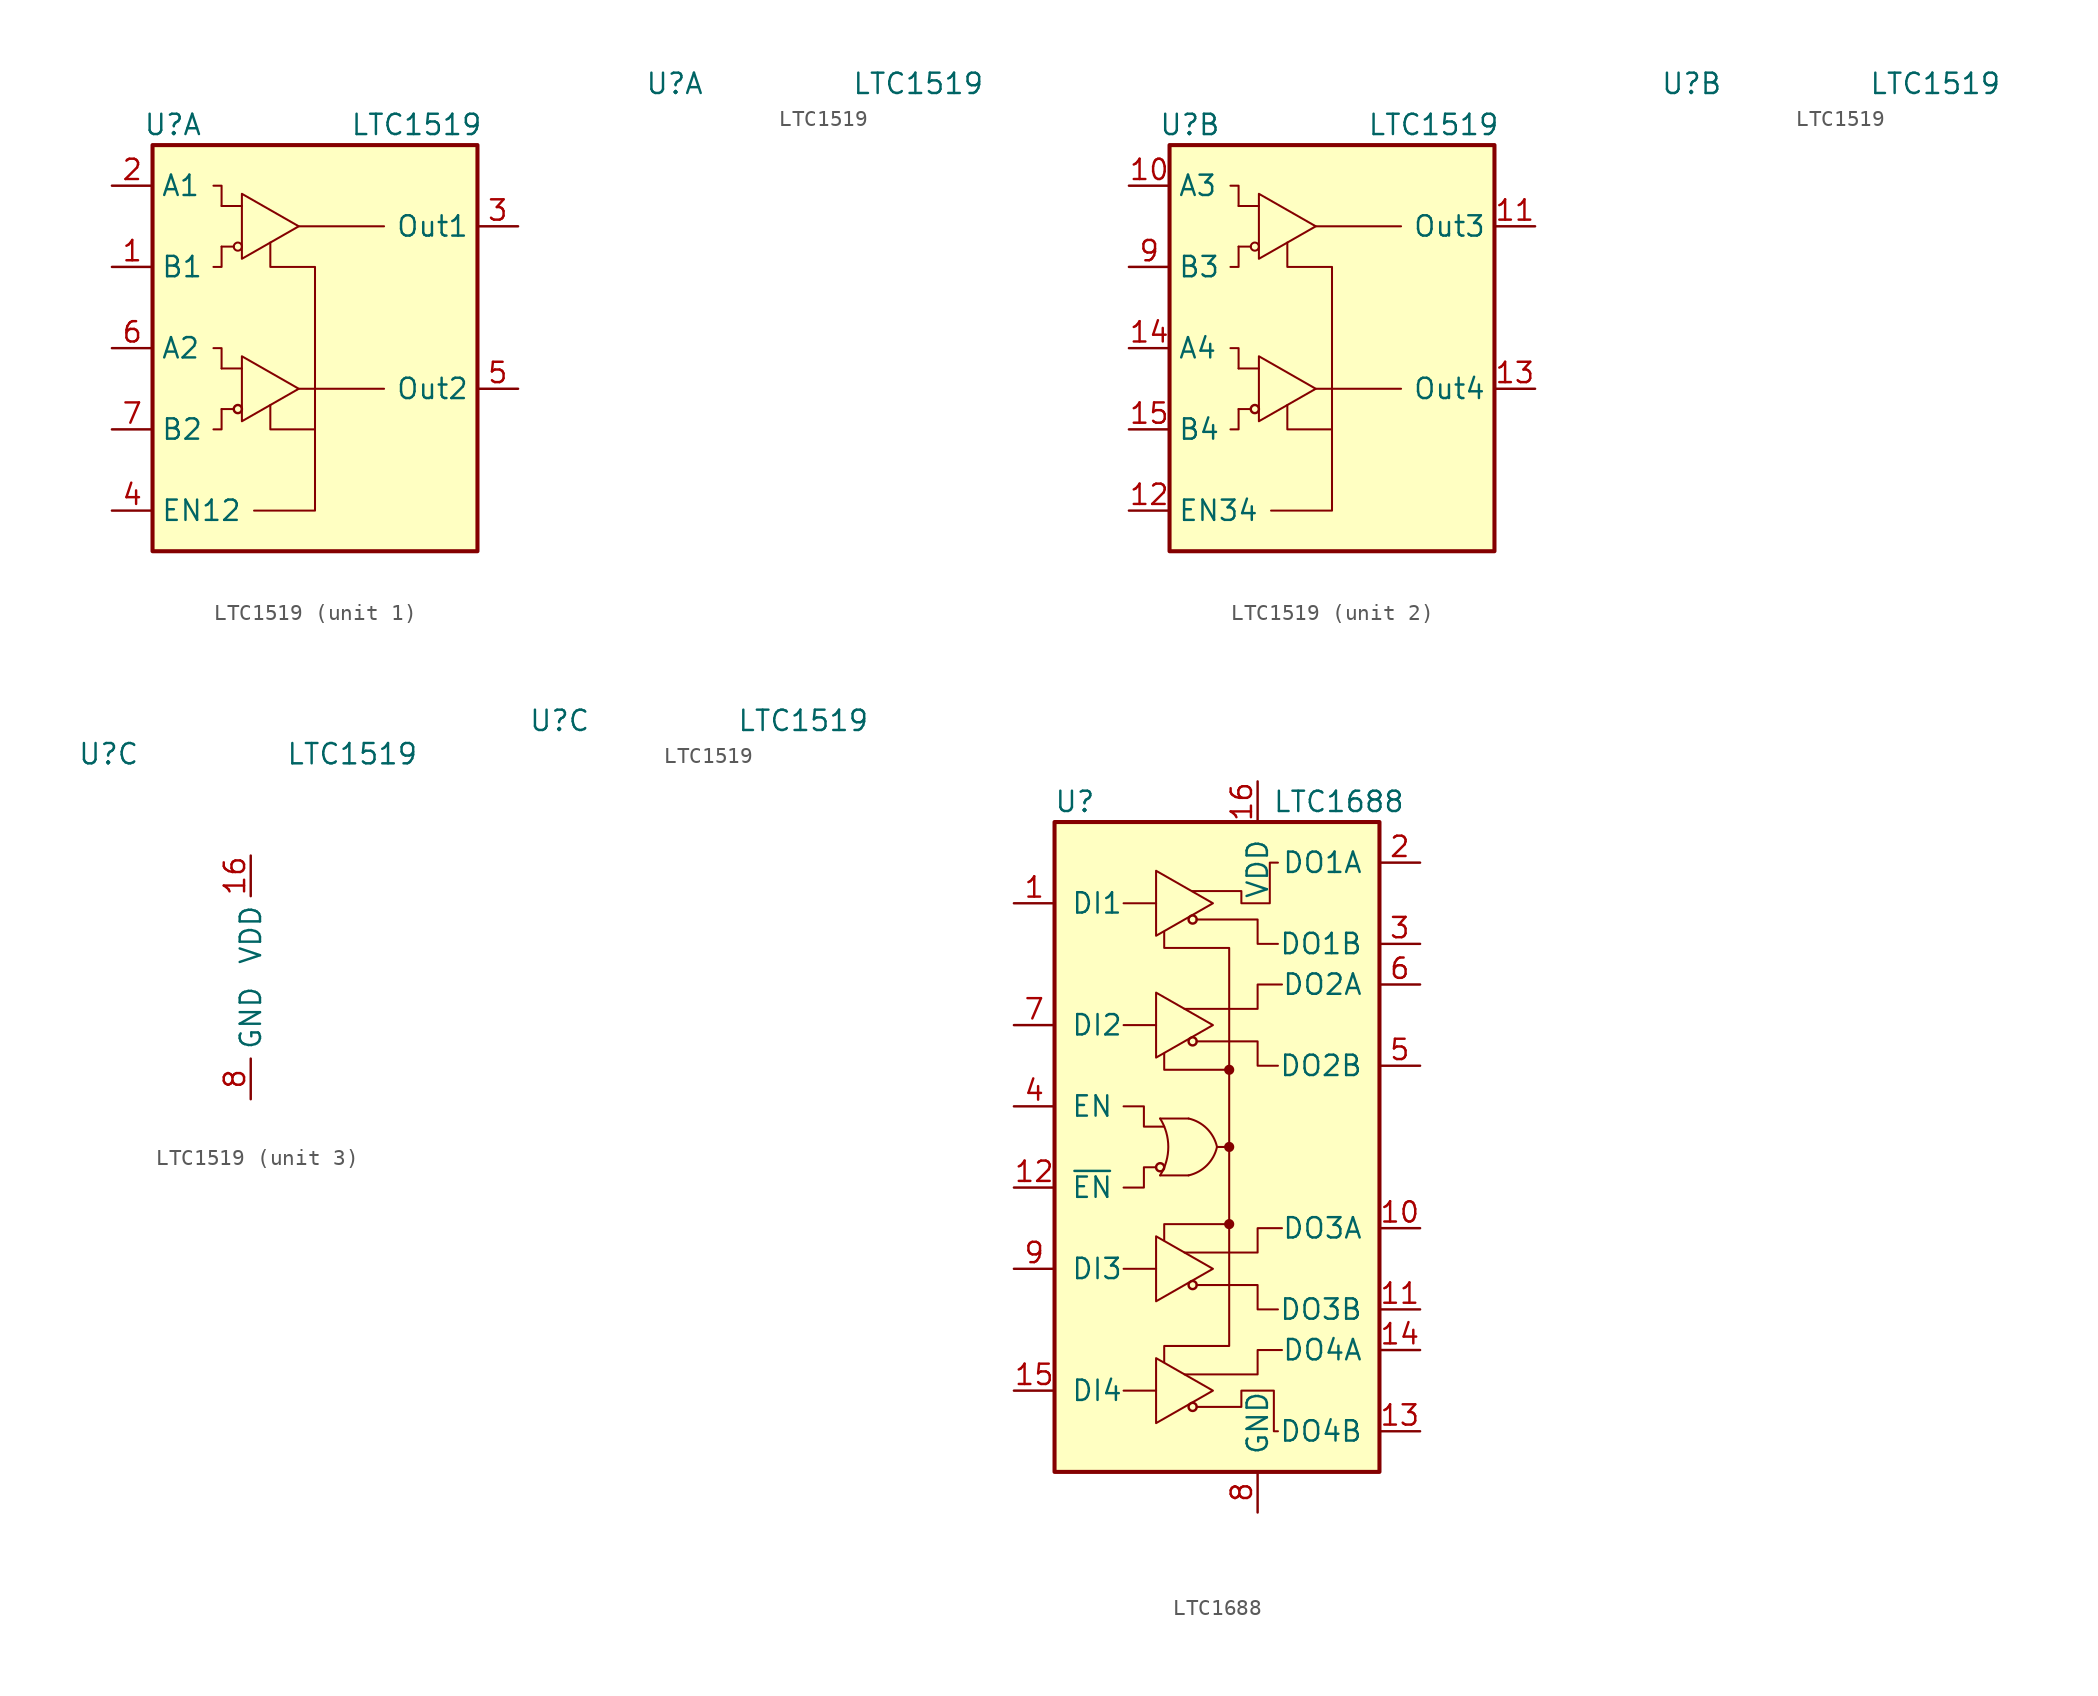
<source format=kicad_sym>
(kicad_symbol_lib
  (version 20200908)
  (generator kicad_symbol_editor)
  (symbol "Interface:LTC1519"
    (property "Reference" "U"
      (at -8.89 13.97 0)
      (effects (font (size 1.27 1.27))))
    (property "Value" "LTC1519"
      (at 6.35 13.97 0)
      (effects (font (size 1.27 1.27))))
    (property "ki_locked" ""
      (at 0 0 0)
      (effects (font (size 1.27 1.27))))
    (symbol "LTC1519_1_1"
      (circle (center -4.826 -3.81) (radius 0.254) (stroke (width 0)) (fill (type none)))
      (circle (center -4.826 6.35) (radius 0.254) (stroke (width 0.127)) (fill (type none)))
      (rectangle (start -10.16 12.7) (end 10.16 -12.7) (stroke (width 0.254)) (fill (type background)))
      (polyline (pts (xy -5.842 -3.81) (xy -5.08 -3.81)) (stroke (width 0.127)) (fill (type none)))
      (polyline (pts (xy -5.842 -1.27) (xy -4.572 -1.27)) (stroke (width 0.127)) (fill (type none)))
      (polyline (pts (xy -5.842 6.35) (xy -5.08 6.35)) (stroke (width 0.127)) (fill (type none)))
      (polyline (pts (xy -5.842 8.89) (xy -4.572 8.89)) (stroke (width 0.127)) (fill (type none)))
      (polyline (pts (xy -1.016 -2.54) (xy 4.318 -2.54)) (stroke (width 0.127)) (fill (type none)))
      (polyline (pts (xy -1.016 7.62) (xy 4.318 7.62)) (stroke (width 0.127)) (fill (type none)))
      (polyline (pts (xy -5.842 -3.81) (xy -5.842 -5.08) (xy -6.35 -5.08)) (stroke (width 0.127)) (fill (type none)))
      (polyline (pts (xy -5.842 -1.27) (xy -5.842 0) (xy -6.35 0)) (stroke (width 0.127)) (fill (type none)))
      (polyline (pts (xy -5.842 8.89) (xy -5.842 10.16) (xy -6.35 10.16)) (stroke (width 0.127)) (fill (type none)))
      (polyline (pts (xy -3.81 -10.16) (xy 0 -10.16) (xy 0 -2.54)) (stroke (width 0.127)) (fill (type none)))
      (polyline (pts (xy 0 -5.08) (xy -2.794 -5.08) (xy -2.794 -3.556)) (stroke (width 0.127)) (fill (type none)))
      (polyline (pts (xy -5.842 6.35) (xy -5.842 5.08) (xy -6.096 5.08) (xy -6.35 5.08)) (stroke (width 0.127)) (fill (type none)))
      (polyline (pts (xy -4.572 -0.508) (xy -4.572 -4.572) (xy -1.016 -2.54) (xy -4.572 -0.508)) (stroke (width 0.127)) (fill (type none)))
      (polyline (pts (xy -4.572 9.652) (xy -4.572 5.588) (xy -1.016 7.62) (xy -4.572 9.652)) (stroke (width 0.127)) (fill (type none)))
      (polyline (pts (xy 0 -2.54) (xy 0 5.08) (xy -2.794 5.08) (xy -2.794 6.604)) (stroke (width 0.127)) (fill (type none)))
      (pin input line (at -12.7 5.08 0) (length 2.54) (name "B1" (effects (font (size 1.27 1.27)))) (number "1" (effects (font (size 1.27 1.27)))))
      (pin input line (at -12.7 10.16 0) (length 2.54) (name "A1" (effects (font (size 1.27 1.27)))) (number "2" (effects (font (size 1.27 1.27)))))
      (pin tri_state line (at 12.7 7.62 180) (length 2.54) (name "Out1" (effects (font (size 1.27 1.27)))) (number "3" (effects (font (size 1.27 1.27)))))
      (pin input line (at -12.7 -10.16 0) (length 2.54) (name "EN12" (effects (font (size 1.27 1.27)))) (number "4" (effects (font (size 1.27 1.27)))))
      (pin tri_state line (at 12.7 -2.54 180) (length 2.54) (name "Out2" (effects (font (size 1.27 1.27)))) (number "5" (effects (font (size 1.27 1.27)))))
      (pin input line (at -12.7 0 0) (length 2.54) (name "A2" (effects (font (size 1.27 1.27)))) (number "6" (effects (font (size 1.27 1.27)))))
      (pin input line (at -12.7 -5.08 0) (length 2.54) (name "B2" (effects (font (size 1.27 1.27)))) (number "7" (effects (font (size 1.27 1.27))))))
    (symbol "LTC1519_2_1"
      (circle (center -4.826 -3.81) (radius 0.254) (stroke (width 0)) (fill (type none)))
      (circle (center -4.826 6.35) (radius 0.254) (stroke (width 0.127)) (fill (type none)))
      (rectangle (start -10.16 12.7) (end 10.16 -12.7) (stroke (width 0.254)) (fill (type background)))
      (polyline (pts (xy -5.842 -3.81) (xy -5.08 -3.81)) (stroke (width 0.127)) (fill (type none)))
      (polyline (pts (xy -5.842 -1.27) (xy -4.572 -1.27)) (stroke (width 0.127)) (fill (type none)))
      (polyline (pts (xy -5.842 6.35) (xy -5.08 6.35)) (stroke (width 0.127)) (fill (type none)))
      (polyline (pts (xy -5.842 8.89) (xy -4.572 8.89)) (stroke (width 0.127)) (fill (type none)))
      (polyline (pts (xy -1.016 -2.54) (xy 4.318 -2.54)) (stroke (width 0.127)) (fill (type none)))
      (polyline (pts (xy -1.016 7.62) (xy 4.318 7.62)) (stroke (width 0.127)) (fill (type none)))
      (polyline (pts (xy -5.842 -3.81) (xy -5.842 -5.08) (xy -6.35 -5.08)) (stroke (width 0.127)) (fill (type none)))
      (polyline (pts (xy -5.842 -1.27) (xy -5.842 0) (xy -6.35 0)) (stroke (width 0.127)) (fill (type none)))
      (polyline (pts (xy -5.842 8.89) (xy -5.842 10.16) (xy -6.35 10.16)) (stroke (width 0.127)) (fill (type none)))
      (polyline (pts (xy -3.81 -10.16) (xy 0 -10.16) (xy 0 -2.54)) (stroke (width 0.127)) (fill (type none)))
      (polyline (pts (xy 0 -5.08) (xy -2.794 -5.08) (xy -2.794 -3.556)) (stroke (width 0.127)) (fill (type none)))
      (polyline (pts (xy -5.842 6.35) (xy -5.842 5.08) (xy -6.096 5.08) (xy -6.35 5.08)) (stroke (width 0.127)) (fill (type none)))
      (polyline (pts (xy -4.572 -0.508) (xy -4.572 -4.572) (xy -1.016 -2.54) (xy -4.572 -0.508)) (stroke (width 0.127)) (fill (type none)))
      (polyline (pts (xy -4.572 9.652) (xy -4.572 5.588) (xy -1.016 7.62) (xy -4.572 9.652)) (stroke (width 0.127)) (fill (type none)))
      (polyline (pts (xy 0 -2.54) (xy 0 5.08) (xy -2.794 5.08) (xy -2.794 6.604)) (stroke (width 0.127)) (fill (type none)))
      (pin input line (at -12.7 10.16 0) (length 2.54) (name "A3" (effects (font (size 1.27 1.27)))) (number "10" (effects (font (size 1.27 1.27)))))
      (pin tri_state line (at 12.7 7.62 180) (length 2.54) (name "Out3" (effects (font (size 1.27 1.27)))) (number "11" (effects (font (size 1.27 1.27)))))
      (pin input line (at -12.7 -10.16 0) (length 2.54) (name "EN34" (effects (font (size 1.27 1.27)))) (number "12" (effects (font (size 1.27 1.27)))))
      (pin tri_state line (at 12.7 -2.54 180) (length 2.54) (name "Out4" (effects (font (size 1.27 1.27)))) (number "13" (effects (font (size 1.27 1.27)))))
      (pin input line (at -12.7 0 0) (length 2.54) (name "A4" (effects (font (size 1.27 1.27)))) (number "14" (effects (font (size 1.27 1.27)))))
      (pin input line (at -12.7 -5.08 0) (length 2.54) (name "B4" (effects (font (size 1.27 1.27)))) (number "15" (effects (font (size 1.27 1.27)))))
      (pin input line (at -12.7 5.08 0) (length 2.54) (name "B3" (effects (font (size 1.27 1.27)))) (number "9" (effects (font (size 1.27 1.27))))))
    (symbol "LTC1519_3_3"
      (circle (center 0 -5.08) (radius 0.254) (stroke (width 0.127)) (fill (type outline))))
    (symbol "LTC1519_3_1"
      (pin power_in line (at 0 7.62 270) (length 2.54) (name "VDD" (effects (font (size 1.27 1.27)))) (number "16" (effects (font (size 1.27 1.27)))))
      (pin power_in line (at 0 -7.62 90) (length 2.54) (name "GND" (effects (font (size 1.27 1.27)))) (number "8" (effects (font (size 1.27 1.27)))))))
  (symbol "Interface:LTC1688"
    (pin_names
      (offset 1.016))
    (property "Reference" "U"
      (at -8.89 21.59 0)
      (effects (font (size 1.27 1.27))))
    (property "Value" "LTC1688"
      (at 7.62 21.59 0)
      (effects (font (size 1.27 1.27))))
    (symbol "LTC1688_1_1"
      (arc (start -3.556 1.778) (end -3.556 -1.778) (radius (at -6.4008 0) (length 3.3528) (angles 32 -32)) (stroke (width 0.127)) (fill (type none)))
      (arc (start -1.778 1.778) (end 0 0) (radius (at -2.286 -0.508) (length 2.3368) (angles 77.5 12.5)) (stroke (width 0.127)) (fill (type none)))
      (arc (start -1.778 -1.778) (end 0 0) (radius (at -2.286 0.508) (length 2.3368) (angles -77.5 -12.5)) (stroke (width 0.127)) (fill (type none)))
      (circle (center -3.556 -1.27) (radius 0.254) (stroke (width 0)) (fill (type none)))
      (circle (center -1.524 -16.256) (radius 0.254) (stroke (width 0)) (fill (type none)))
      (circle (center -1.524 -8.636) (radius 0.254) (stroke (width 0)) (fill (type none)))
      (circle (center -1.524 6.604) (radius 0.254) (stroke (width 0)) (fill (type none)))
      (circle (center -1.524 14.224) (radius 0.254) (stroke (width 0)) (fill (type none)))
      (polyline (pts (xy -3.556 -1.778) (xy -1.778 -1.778)) (stroke (width 0.127)) (fill (type none)))
      (polyline (pts (xy -1.778 1.778) (xy -3.556 1.778)) (stroke (width 0.127)) (fill (type none)))
      (polyline (pts (xy -5.842 2.54) (xy -4.572 2.54) (xy -4.572 1.27) (xy -3.302 1.27)) (stroke (width 0.127)) (fill (type none)))
      (polyline (pts (xy -3.81 -13.208) (xy -3.81 -17.272) (xy -0.254 -15.24) (xy -3.81 -13.208)) (stroke (width 0.127)) (fill (type none)))
      (polyline (pts (xy -3.81 -5.588) (xy -3.81 -9.652) (xy -0.254 -7.62) (xy -3.81 -5.588)) (stroke (width 0.127)) (fill (type none)))
      (polyline (pts (xy -3.81 -1.27) (xy -4.572 -1.27) (xy -4.572 -2.54) (xy -5.842 -2.54)) (stroke (width 0.127)) (fill (type none)))
      (polyline (pts (xy -3.81 9.652) (xy -3.81 5.588) (xy -0.254 7.62) (xy -3.81 9.652)) (stroke (width 0.127)) (fill (type none)))
      (polyline (pts (xy -3.81 17.272) (xy -3.81 13.208) (xy -0.254 15.24) (xy -3.81 17.272)) (stroke (width 0.127)) (fill (type none)))
      (polyline (pts (xy -1.27 -8.636) (xy 2.54 -8.636) (xy 2.54 -10.16) (xy 3.81 -10.16)) (stroke (width 0.127)) (fill (type none)))
      (polyline (pts (xy -1.27 6.604) (xy 2.54 6.604) (xy 2.54 5.08) (xy 3.81 5.08)) (stroke (width 0.127)) (fill (type none)))
      (polyline (pts (xy -1.27 14.224) (xy 2.54 14.224) (xy 2.54 12.7) (xy 3.81 12.7)) (stroke (width 0.127)) (fill (type none)))
      (polyline (pts (xy -1.27 -16.256) (xy 1.524 -16.256) (xy 1.524 -15.24) (xy 3.556 -15.24) (xy 3.556 -17.78) (xy 3.81 -17.78)) (stroke (width 0.127)) (fill (type none)))
      (pin input line (at -12.7 15.24 0) (length 2.54) (name "DI1" (effects (font (size 1.27 1.27)))) (number "1" (effects (font (size 1.27 1.27)))))
      (pin output line (at 12.7 -5.08 180) (length 2.54) (name "DO3A" (effects (font (size 1.27 1.27)))) (number "10" (effects (font (size 1.27 1.27)))))
      (pin output line (at 12.7 -10.16 180) (length 2.54) (name "DO3B" (effects (font (size 1.27 1.27)))) (number "11" (effects (font (size 1.27 1.27)))))
      (pin input line (at -12.7 -2.54 0) (length 2.54) (name "~EN" (effects (font (size 1.27 1.27)))) (number "12" (effects (font (size 1.27 1.27)))))
      (pin output line (at 12.7 -17.78 180) (length 2.54) (name "DO4B" (effects (font (size 1.27 1.27)))) (number "13" (effects (font (size 1.27 1.27)))))
      (pin output line (at 12.7 -12.7 180) (length 2.54) (name "DO4A" (effects (font (size 1.27 1.27)))) (number "14" (effects (font (size 1.27 1.27)))))
      (pin input line (at -12.7 -15.24 0) (length 2.54) (name "DI4" (effects (font (size 1.27 1.27)))) (number "15" (effects (font (size 1.27 1.27)))))
      (pin power_in line (at 2.54 22.86 270) (length 2.54) (name "VDD" (effects (font (size 1.27 1.27)))) (number "16" (effects (font (size 1.27 1.27)))))
      (pin output line (at 12.7 17.78 180) (length 2.54) (name "DO1A" (effects (font (size 1.27 1.27)))) (number "2" (effects (font (size 1.27 1.27)))))
      (pin output line (at 12.7 12.7 180) (length 2.54) (name "DO1B" (effects (font (size 1.27 1.27)))) (number "3" (effects (font (size 1.27 1.27)))))
      (pin input line (at -12.7 2.54 0) (length 2.54) (name "EN" (effects (font (size 1.27 1.27)))) (number "4" (effects (font (size 1.27 1.27)))))
      (pin output line (at 12.7 5.08 180) (length 2.54) (name "DO2B" (effects (font (size 1.27 1.27)))) (number "5" (effects (font (size 1.27 1.27)))))
      (pin output line (at 12.7 10.16 180) (length 2.54) (name "DO2A" (effects (font (size 1.27 1.27)))) (number "6" (effects (font (size 1.27 1.27)))))
      (pin input line (at -12.7 7.62 0) (length 2.54) (name "DI2" (effects (font (size 1.27 1.27)))) (number "7" (effects (font (size 1.27 1.27)))))
      (pin power_in line (at 2.54 -22.86 90) (length 2.54) (name "GND" (effects (font (size 1.27 1.27)))) (number "8" (effects (font (size 1.27 1.27)))))
      (pin input line (at -12.7 -7.62 0) (length 2.54) (name "DI3" (effects (font (size 1.27 1.27)))) (number "9" (effects (font (size 1.27 1.27))))))
    (symbol "LTC1688_0_1"
      (circle (center 0.762 -4.826) (radius 0.254) (stroke (width 0.127)) (fill (type outline)))
      (circle (center 0.762 0) (radius 0.254) (stroke (width 0.127)) (fill (type outline)))
      (circle (center 0.762 4.826) (radius 0.254) (stroke (width 0.127)) (fill (type outline)))
      (rectangle (start -10.16 20.32) (end 10.16 -20.32) (stroke (width 0.254)) (fill (type background)))
      (polyline (pts (xy -5.842 -15.24) (xy -3.81 -15.24)) (stroke (width 0.127)) (fill (type none)))
      (polyline (pts (xy -5.842 -7.62) (xy -3.81 -7.62)) (stroke (width 0.127)) (fill (type none)))
      (polyline (pts (xy -5.842 7.62) (xy -3.81 7.62)) (stroke (width 0.127)) (fill (type none)))
      (polyline (pts (xy -5.842 15.24) (xy -3.81 15.24)) (stroke (width 0.127)) (fill (type none)))
      (polyline (pts (xy 0 0) (xy 0.762 0)) (stroke (width 0.127)) (fill (type none)))
      (polyline (pts (xy 0.762 -4.826) (xy -3.302 -4.826) (xy -3.302 -5.842)) (stroke (width 0.127)) (fill (type none)))
      (polyline (pts (xy 0.762 4.826) (xy -3.302 4.826) (xy -3.302 5.842)) (stroke (width 0.127)) (fill (type none)))
      (polyline (pts (xy -2.032 -14.224) (xy 2.54 -14.224) (xy 2.54 -12.7) (xy 4.064 -12.7)) (stroke (width 0.127)) (fill (type none)))
      (polyline (pts (xy -2.032 -6.604) (xy 2.54 -6.604) (xy 2.54 -5.08) (xy 4.064 -5.08)) (stroke (width 0.127)) (fill (type none)))
      (polyline (pts (xy -2.032 8.636) (xy 2.54 8.636) (xy 2.54 10.16) (xy 4.064 10.16)) (stroke (width 0.127)) (fill (type none)))
      (polyline (pts (xy 0.762 0) (xy 0.762 -2.54) (xy 0.762 -12.446) (xy -3.302 -12.446) (xy -3.302 -13.462)) (stroke (width 0.127)) (fill (type none)))
      (polyline (pts (xy 0.762 0) (xy 0.762 2.54) (xy 0.762 12.446) (xy -3.302 12.446) (xy -3.302 13.462)) (stroke (width 0.127)) (fill (type none)))
      (polyline (pts (xy -1.524 16.002) (xy 1.524 16.002) (xy 1.524 15.24) (xy 3.302 15.24) (xy 3.302 17.78) (xy 3.81 17.78)) (stroke (width 0.127)) (fill (type none))))))
</source>
